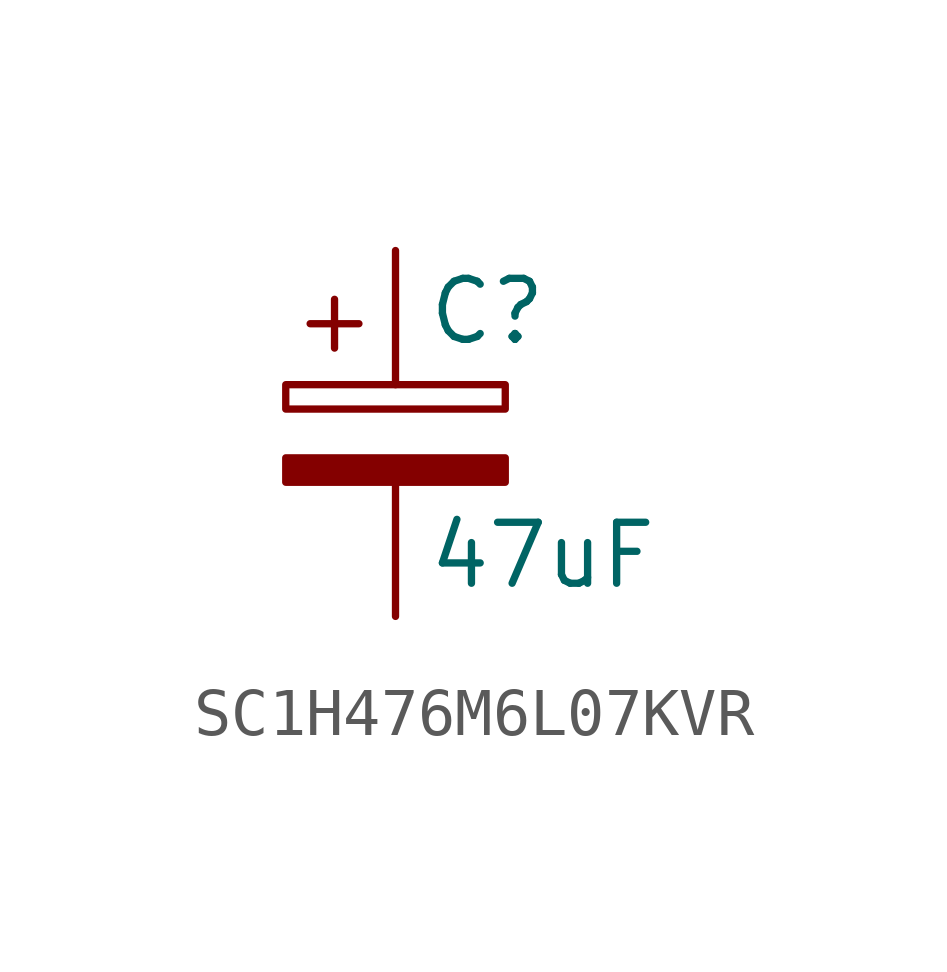
<source format=kicad_sym>
(kicad_symbol_lib
  (version 20241209)
  (generator "kicad_symbol_editor")
  (generator_version "9.0")
  (symbol "SC1H476M6L07KVR"
    (pin_numbers
      (hide yes))
    (pin_names
      (offset 0.254))
    (property "Reference" "C"
      (at 0.635 2.54 0)
      (effects (font (size 1.27 1.27)) (justify left)))
    (property "Value" "47uF"
      (at 0.635 -2.54 0)
      (effects (font (size 1.27 1.27)) (justify left)))
    (symbol "SC1H476M6L07KVR_0_1"
      (rectangle (start -2.286 0.508) (end 2.286 1.016) (stroke (width 0) (type default)) (fill (type none)))
      (polyline (pts (xy -1.778 2.286) (xy -0.762 2.286)) (stroke (width 0) (type default)) (fill (type none)))
      (polyline (pts (xy -1.27 2.794) (xy -1.27 1.778)) (stroke (width 0) (type default)) (fill (type none)))
      (rectangle (start 2.286 -0.508) (end -2.286 -1.016) (stroke (width 0) (type default)) (fill (type outline))))
    (symbol "SC1H476M6L07KVR_1_1"
      (pin passive line (at 0 3.81 270) (length 2.794) (name "~" (effects (font (size 1.27 1.27)))) (number "1" (effects (font (size 1.27 1.27)))))
      (pin passive line (at 0 -3.81 90) (length 2.794) (name "~" (effects (font (size 1.27 1.27)))) (number "2" (effects (font (size 1.27 1.27))))))))
</source>
